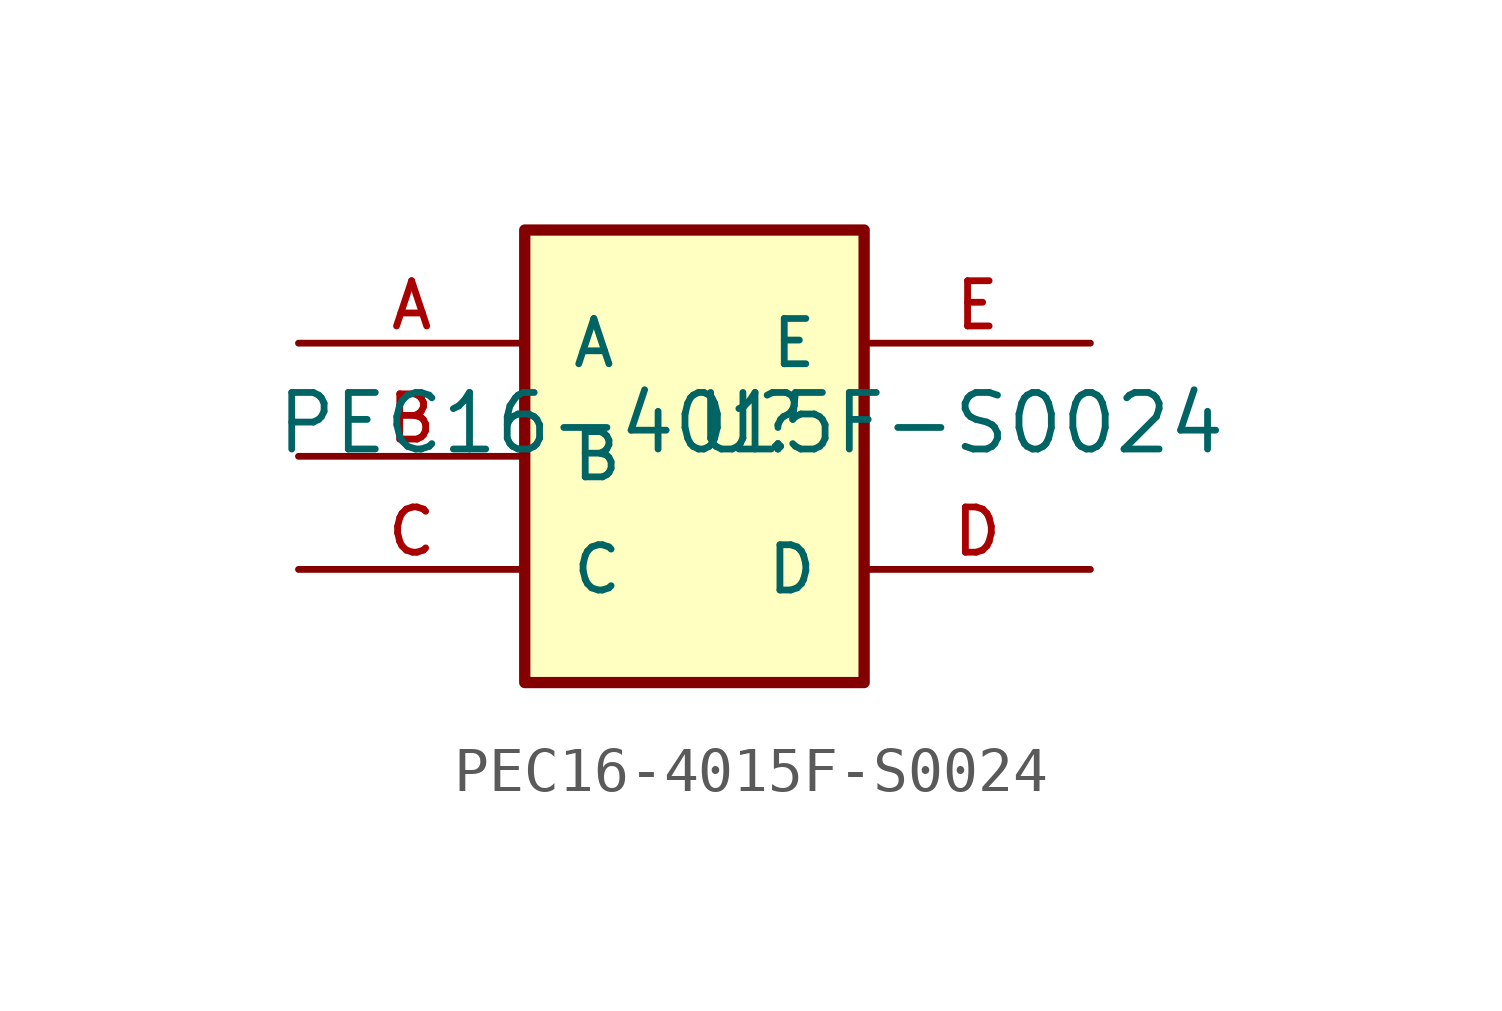
<source format=kicad_sym>
(kicad_symbol_lib
  (version 20211014)
  (generator kicad_symbol_editor)
  (symbol "PEC16-4015F-S0024"
    (pin_names
      (offset 1.016))
    (property "Reference" "U"
      (at 0 0 0)
      (effects (font (size 1.27 1.27)) (justify bottom)))
    (property "Value" "PEC16-4015F-S0024"
      (at 0 0.0 0)
      (effects (font (size 1.27 1.27)) (justify bottom)))
    (symbol "PEC16-4015F-S0024_0_0"
      (rectangle (start -5.08 -5.08) (end 2.54 5.08) (stroke (width 0.254)) (fill (type background)))
      (pin bidirectional line (at -10.16 2.54 0) (length 5.08) (name "A" (effects (font (size 1.016 1.016)))) (number "A" (effects (font (size 1.016 1.016)))))
      (pin bidirectional line (at -10.16 0.0 0) (length 5.08) (name "B" (effects (font (size 1.016 1.016)))) (number "B" (effects (font (size 1.016 1.016)))))
      (pin bidirectional line (at -10.16 -2.54 0) (length 5.08) (name "C" (effects (font (size 1.016 1.016)))) (number "C" (effects (font (size 1.016 1.016)))))
      (pin bidirectional line (at 7.62 2.54 180.0) (length 5.08) (name "E" (effects (font (size 1.016 1.016)))) (number "E" (effects (font (size 1.016 1.016)))))
      (pin bidirectional line (at 7.62 -2.54 180.0) (length 5.08) (name "D" (effects (font (size 1.016 1.016)))) (number "D" (effects (font (size 1.016 1.016))))))))
</source>
